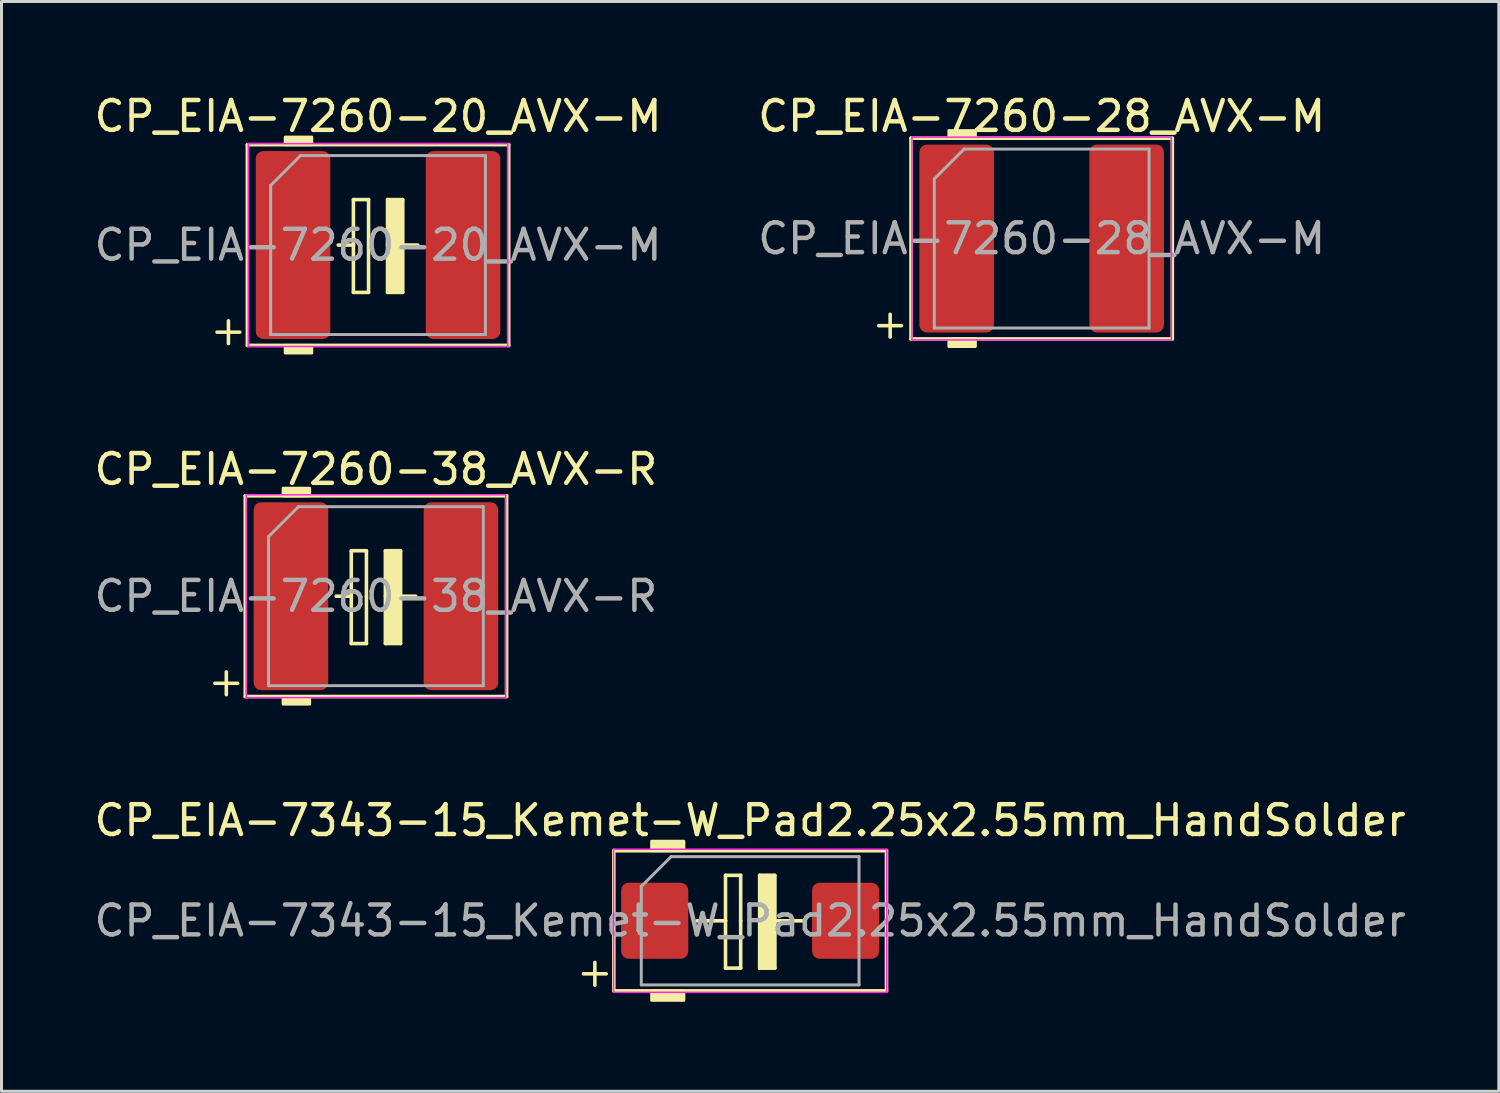
<source format=kicad_pcb>
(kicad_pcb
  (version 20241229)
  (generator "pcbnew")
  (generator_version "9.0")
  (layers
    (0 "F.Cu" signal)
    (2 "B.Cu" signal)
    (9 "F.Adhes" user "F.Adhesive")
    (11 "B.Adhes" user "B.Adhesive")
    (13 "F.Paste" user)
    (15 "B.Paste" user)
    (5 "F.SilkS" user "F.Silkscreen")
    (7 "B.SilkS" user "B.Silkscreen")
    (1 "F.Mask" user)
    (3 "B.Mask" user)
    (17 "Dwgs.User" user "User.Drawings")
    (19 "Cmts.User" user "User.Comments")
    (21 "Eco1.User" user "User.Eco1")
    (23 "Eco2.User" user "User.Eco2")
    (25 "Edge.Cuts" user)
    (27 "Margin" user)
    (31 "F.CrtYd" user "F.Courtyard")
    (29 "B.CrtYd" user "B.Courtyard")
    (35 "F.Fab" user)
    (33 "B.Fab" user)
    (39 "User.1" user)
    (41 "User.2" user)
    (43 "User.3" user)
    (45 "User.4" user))
  (footprint "CP_EIA-7260-38_AVX-R"
    (layer "F.Cu")
    (at 9.554 16.939)
    (property "Reference" "CP_EIA-7260-38_AVX-R" (at 0 -4.255 0) (layer "F.SilkS") (effects (font (size 1 1) (thickness 0.15))))
    (attr smd)
    (fp_line (start -5.397 2.921) (end -4.636 2.921) (stroke (width 0.12) (type solid)) (layer "F.SilkS"))
    (fp_line (start -5.016 2.54) (end -5.016 3.302) (stroke (width 0.12) (type solid)) (layer "F.SilkS"))
    (fp_line (start -4.381 -3.365) (end 4.381 -3.365) (stroke (width 0.12) (type solid)) (layer "F.SilkS"))
    (fp_line (start -4.381 3.365) (end -4.381 -3.365) (stroke (width 0.12) (type solid)) (layer "F.SilkS"))
    (fp_line (start -1.333 0) (end -0.826 0) (stroke (width 0.12) (type solid)) (layer "F.SilkS"))
    (fp_line (start -0.826 -1.524) (end -0.826 0) (stroke (width 0.12) (type solid)) (layer "F.SilkS"))
    (fp_line (start -0.826 1.587) (end -0.826 0) (stroke (width 0.12) (type solid)) (layer "F.SilkS"))
    (fp_line (start -0.826 1.587) (end -0.318 1.587) (stroke (width 0.12) (type solid)) (layer "F.SilkS"))
    (fp_line (start -0.318 -1.524) (end -0.826 -1.524) (stroke (width 0.12) (type solid)) (layer "F.SilkS"))
    (fp_line (start -0.318 -1.524) (end -0.318 0) (stroke (width 0.12) (type solid)) (layer "F.SilkS"))
    (fp_line (start -0.318 1.587) (end -0.318 0) (stroke (width 0.12) (type solid)) (layer "F.SilkS"))
    (fp_line (start 0.318 -1.524) (end 0.318 0) (stroke (width 0.12) (type solid)) (layer "F.SilkS"))
    (fp_line (start 0.318 1.587) (end 0.318 0) (stroke (width 0.12) (type solid)) (layer "F.SilkS"))
    (fp_line (start 0.318 1.587) (end 0.826 1.587) (stroke (width 0.12) (type solid)) (layer "F.SilkS"))
    (fp_line (start 0.826 -1.524) (end 0.318 -1.524) (stroke (width 0.12) (type solid)) (layer "F.SilkS"))
    (fp_line (start 0.826 -1.524) (end 0.826 0) (stroke (width 0.12) (type solid)) (layer "F.SilkS"))
    (fp_line (start 0.826 0) (end 1.333 0) (stroke (width 0.12) (type solid)) (layer "F.SilkS"))
    (fp_line (start 0.826 1.587) (end 0.826 0) (stroke (width 0.12) (type solid)) (layer "F.SilkS"))
    (fp_line (start 4.381 -3.365) (end 4.381 3.365) (stroke (width 0.12) (type solid)) (layer "F.SilkS"))
    (fp_line (start 4.381 3.365) (end -4.381 3.365) (stroke (width 0.12) (type solid)) (layer "F.SilkS"))
    (fp_poly (pts (xy -2.223 -3.365) (xy -3.111 -3.365) (xy -3.111 -3.619) (xy -2.223 -3.619)) (stroke (width 0.1) (type solid)) (fill yes) (layer "F.SilkS"))
    (fp_poly (pts (xy -2.223 3.619) (xy -3.111 3.619) (xy -3.111 3.365) (xy -2.223 3.365)) (stroke (width 0.1) (type solid)) (fill yes) (layer "F.SilkS"))
    (fp_poly (pts (xy 0.826 1.587) (xy 0.318 1.587) (xy 0.318 -1.524) (xy 0.826 -1.524)) (stroke (width 0.1) (type solid)) (fill yes) (layer "F.SilkS"))
    (fp_line (start -4.35 -3.4) (end 4.35 -3.4) (stroke (width 0.05) (type solid)) (layer "F.CrtYd"))
    (fp_line (start -4.35 3.4) (end -4.35 -3.4) (stroke (width 0.05) (type solid)) (layer "F.CrtYd"))
    (fp_line (start 4.35 -3.4) (end 4.35 3.4) (stroke (width 0.05) (type solid)) (layer "F.CrtYd"))
    (fp_line (start 4.35 3.4) (end -4.35 3.4) (stroke (width 0.05) (type solid)) (layer "F.CrtYd"))
    (fp_line (start -3.6 -2) (end -3.6 3) (stroke (width 0.1) (type solid)) (layer "F.Fab"))
    (fp_line (start -3.6 3) (end 3.6 3) (stroke (width 0.1) (type solid)) (layer "F.Fab"))
    (fp_line (start -2.6 -3) (end -3.6 -2) (stroke (width 0.1) (type solid)) (layer "F.Fab"))
    (fp_line (start 3.6 -3) (end -2.6 -3) (stroke (width 0.1) (type solid)) (layer "F.Fab"))
    (fp_line (start 3.6 3) (end 3.6 -3) (stroke (width 0.1) (type solid)) (layer "F.Fab"))
    (fp_text user "${REFERENCE}" (at 0 0 0) (layer "F.Fab") (effects (font (size 1 1) (thickness 0.15))))
    (pad "1" smd roundrect (at -2.85 0) (size 2.5 6.3) (layers "F.Cu" "F.Mask" "F.Paste") (roundrect_rratio 0.1))
    (pad "2" smd roundrect (at 2.85 0) (size 2.5 6.3) (layers "F.Cu" "F.Mask" "F.Paste") (roundrect_rratio 0.1)))
  (footprint "CP_EIA-7260-20_AVX-M"
    (layer "F.Cu")
    (at 9.625 5.166)
    (property "Reference" "CP_EIA-7260-20_AVX-M" (at 0 -4.318 0) (layer "F.SilkS") (effects (font (size 1 1) (thickness 0.15))))
    (attr smd)
    (fp_line (start -5.397 2.921) (end -4.636 2.921) (stroke (width 0.12) (type solid)) (layer "F.SilkS"))
    (fp_line (start -5.016 2.54) (end -5.016 3.302) (stroke (width 0.12) (type solid)) (layer "F.SilkS"))
    (fp_line (start -4.381 -3.365) (end 4.381 -3.365) (stroke (width 0.12) (type solid)) (layer "F.SilkS"))
    (fp_line (start -4.381 3.365) (end -4.381 -3.365) (stroke (width 0.12) (type solid)) (layer "F.SilkS"))
    (fp_line (start -1.333 0) (end -0.826 0) (stroke (width 0.12) (type solid)) (layer "F.SilkS"))
    (fp_line (start -0.826 -1.524) (end -0.826 0) (stroke (width 0.12) (type solid)) (layer "F.SilkS"))
    (fp_line (start -0.826 1.587) (end -0.826 0) (stroke (width 0.12) (type solid)) (layer "F.SilkS"))
    (fp_line (start -0.826 1.587) (end -0.318 1.587) (stroke (width 0.12) (type solid)) (layer "F.SilkS"))
    (fp_line (start -0.318 -1.524) (end -0.826 -1.524) (stroke (width 0.12) (type solid)) (layer "F.SilkS"))
    (fp_line (start -0.318 -1.524) (end -0.318 0) (stroke (width 0.12) (type solid)) (layer "F.SilkS"))
    (fp_line (start -0.318 1.587) (end -0.318 0) (stroke (width 0.12) (type solid)) (layer "F.SilkS"))
    (fp_line (start 0.318 -1.524) (end 0.318 0) (stroke (width 0.12) (type solid)) (layer "F.SilkS"))
    (fp_line (start 0.318 1.587) (end 0.318 0) (stroke (width 0.12) (type solid)) (layer "F.SilkS"))
    (fp_line (start 0.318 1.587) (end 0.826 1.587) (stroke (width 0.12) (type solid)) (layer "F.SilkS"))
    (fp_line (start 0.826 -1.524) (end 0.318 -1.524) (stroke (width 0.12) (type solid)) (layer "F.SilkS"))
    (fp_line (start 0.826 -1.524) (end 0.826 0) (stroke (width 0.12) (type solid)) (layer "F.SilkS"))
    (fp_line (start 0.826 0) (end 1.333 0) (stroke (width 0.12) (type solid)) (layer "F.SilkS"))
    (fp_line (start 0.826 1.587) (end 0.826 0) (stroke (width 0.12) (type solid)) (layer "F.SilkS"))
    (fp_line (start 4.381 -3.365) (end 4.381 3.365) (stroke (width 0.12) (type solid)) (layer "F.SilkS"))
    (fp_line (start 4.381 3.365) (end -4.381 3.365) (stroke (width 0.12) (type solid)) (layer "F.SilkS"))
    (fp_poly (pts (xy -2.223 -3.365) (xy -3.111 -3.365) (xy -3.111 -3.619) (xy -2.223 -3.619)) (stroke (width 0.1) (type solid)) (fill yes) (layer "F.SilkS"))
    (fp_poly (pts (xy -2.223 3.619) (xy -3.111 3.619) (xy -3.111 3.365) (xy -2.223 3.365)) (stroke (width 0.1) (type solid)) (fill yes) (layer "F.SilkS"))
    (fp_poly (pts (xy 0.826 1.587) (xy 0.318 1.587) (xy 0.318 -1.524) (xy 0.826 -1.524)) (stroke (width 0.1) (type solid)) (fill yes) (layer "F.SilkS"))
    (fp_line (start -4.35 -3.4) (end 4.35 -3.4) (stroke (width 0.05) (type solid)) (layer "F.CrtYd"))
    (fp_line (start -4.35 3.4) (end -4.35 -3.4) (stroke (width 0.05) (type solid)) (layer "F.CrtYd"))
    (fp_line (start 4.35 -3.4) (end 4.35 3.4) (stroke (width 0.05) (type solid)) (layer "F.CrtYd"))
    (fp_line (start 4.35 3.4) (end -4.35 3.4) (stroke (width 0.05) (type solid)) (layer "F.CrtYd"))
    (fp_line (start -3.6 -2) (end -3.6 3) (stroke (width 0.1) (type solid)) (layer "F.Fab"))
    (fp_line (start -3.6 3) (end 3.6 3) (stroke (width 0.1) (type solid)) (layer "F.Fab"))
    (fp_line (start -2.6 -3) (end -3.6 -2) (stroke (width 0.1) (type solid)) (layer "F.Fab"))
    (fp_line (start 3.6 -3) (end -2.6 -3) (stroke (width 0.1) (type solid)) (layer "F.Fab"))
    (fp_line (start 3.6 3) (end 3.6 -3) (stroke (width 0.1) (type solid)) (layer "F.Fab"))
    (fp_text user "${REFERENCE}" (at 0 0 0) (layer "F.Fab") (effects (font (size 1 1) (thickness 0.15))))
    (pad "1" smd roundrect (at -2.85 0) (size 2.5 6.3) (layers "F.Cu" "F.Mask" "F.Paste") (roundrect_rratio 0.1))
    (pad "2" smd roundrect (at 2.85 0) (size 2.5 6.3) (layers "F.Cu" "F.Mask" "F.Paste") (roundrect_rratio 0.1)))
  (footprint "CP_EIA-7260-28_AVX-M"
    (layer "F.Cu")
    (at 31.875 4.948)
    (property "Reference" "CP_EIA-7260-28_AVX-M" (at 0 -4.1 0) (layer "F.SilkS") (effects (font (size 1 1) (thickness 0.15))))
    (attr smd)
    (fp_line (start -5.461 2.921) (end -4.699 2.921) (stroke (width 0.12) (type solid)) (layer "F.SilkS"))
    (fp_line (start -5.08 2.54) (end -5.08 3.302) (stroke (width 0.12) (type solid)) (layer "F.SilkS"))
    (fp_line (start -4.381 -3.365) (end 4.381 -3.365) (stroke (width 0.12) (type solid)) (layer "F.SilkS"))
    (fp_line (start -4.381 3.365) (end -4.381 -3.365) (stroke (width 0.12) (type solid)) (layer "F.SilkS"))
    (fp_line (start 4.381 -3.365) (end 4.381 3.365) (stroke (width 0.12) (type solid)) (layer "F.SilkS"))
    (fp_line (start 4.381 3.365) (end -4.381 3.365) (stroke (width 0.12) (type solid)) (layer "F.SilkS"))
    (fp_poly (pts (xy -2.223 -3.365) (xy -3.111 -3.365) (xy -3.111 -3.619) (xy -2.223 -3.619)) (stroke (width 0.1) (type solid)) (fill yes) (layer "F.SilkS"))
    (fp_poly (pts (xy -2.223 3.619) (xy -3.111 3.619) (xy -3.111 3.365) (xy -2.223 3.365)) (stroke (width 0.1) (type solid)) (fill yes) (layer "F.SilkS"))
    (fp_line (start -4.35 -3.4) (end 4.35 -3.4) (stroke (width 0.05) (type solid)) (layer "F.CrtYd"))
    (fp_line (start -4.35 3.4) (end -4.35 -3.4) (stroke (width 0.05) (type solid)) (layer "F.CrtYd"))
    (fp_line (start 4.35 -3.4) (end 4.35 3.4) (stroke (width 0.05) (type solid)) (layer "F.CrtYd"))
    (fp_line (start 4.35 3.4) (end -4.35 3.4) (stroke (width 0.05) (type solid)) (layer "F.CrtYd"))
    (fp_line (start -3.6 -2) (end -3.6 3) (stroke (width 0.1) (type solid)) (layer "F.Fab"))
    (fp_line (start -3.6 3) (end 3.6 3) (stroke (width 0.1) (type solid)) (layer "F.Fab"))
    (fp_line (start -2.6 -3) (end -3.6 -2) (stroke (width 0.1) (type solid)) (layer "F.Fab"))
    (fp_line (start 3.6 -3) (end -2.6 -3) (stroke (width 0.1) (type solid)) (layer "F.Fab"))
    (fp_line (start 3.6 3) (end 3.6 -3) (stroke (width 0.1) (type solid)) (layer "F.Fab"))
    (fp_text user "${REFERENCE}" (at 0 0 0) (layer "F.Fab") (effects (font (size 1 1) (thickness 0.15))))
    (pad "1" smd roundrect (at -2.85 0) (size 2.5 6.3) (layers "F.Cu" "F.Mask" "F.Paste") (roundrect_rratio 0.1))
    (pad "2" smd roundrect (at 2.85 0) (size 2.5 6.3) (layers "F.Cu" "F.Mask" "F.Paste") (roundrect_rratio 0.1)))
  (footprint "CP_EIA-7343-15_Kemet-W_Pad2.25x2.55mm_HandSolder"
    (layer "F.Cu")
    (at 22.101 27.822)
    (property "Reference" "CP_EIA-7343-15_Kemet-W_Pad2.25x2.55mm_HandSolder" (at 0 -3.365 0) (layer "F.SilkS") (effects (font (size 1 1) (thickness 0.15))))
    (attr smd)
    (fp_line (start -5.588 1.778) (end -4.826 1.778) (stroke (width 0.12) (type solid)) (layer "F.SilkS"))
    (fp_line (start -5.207 1.397) (end -5.207 2.159) (stroke (width 0.12) (type solid)) (layer "F.SilkS"))
    (fp_line (start -4.572 -2.349) (end -4.572 2.349) (stroke (width 0.12) (type solid)) (layer "F.SilkS"))
    (fp_line (start -4.572 2.349) (end 4.572 2.349) (stroke (width 0.12) (type solid)) (layer "F.SilkS"))
    (fp_line (start -1.778 0) (end -0.826 0) (stroke (width 0.12) (type solid)) (layer "F.SilkS"))
    (fp_line (start -0.826 -1.524) (end -0.826 0) (stroke (width 0.12) (type solid)) (layer "F.SilkS"))
    (fp_line (start -0.826 1.587) (end -0.826 0) (stroke (width 0.12) (type solid)) (layer "F.SilkS"))
    (fp_line (start -0.826 1.587) (end -0.318 1.587) (stroke (width 0.12) (type solid)) (layer "F.SilkS"))
    (fp_line (start -0.318 -1.524) (end -0.826 -1.524) (stroke (width 0.12) (type solid)) (layer "F.SilkS"))
    (fp_line (start -0.318 -1.524) (end -0.318 0) (stroke (width 0.12) (type solid)) (layer "F.SilkS"))
    (fp_line (start -0.318 1.587) (end -0.318 0) (stroke (width 0.12) (type solid)) (layer "F.SilkS"))
    (fp_line (start 0.318 -1.524) (end 0.318 0) (stroke (width 0.12) (type solid)) (layer "F.SilkS"))
    (fp_line (start 0.318 1.587) (end 0.318 0) (stroke (width 0.12) (type solid)) (layer "F.SilkS"))
    (fp_line (start 0.318 1.587) (end 0.826 1.587) (stroke (width 0.12) (type solid)) (layer "F.SilkS"))
    (fp_line (start 0.826 -1.524) (end 0.318 -1.524) (stroke (width 0.12) (type solid)) (layer "F.SilkS"))
    (fp_line (start 0.826 -1.524) (end 0.826 0) (stroke (width 0.12) (type solid)) (layer "F.SilkS"))
    (fp_line (start 0.826 0) (end 1.778 0) (stroke (width 0.12) (type solid)) (layer "F.SilkS"))
    (fp_line (start 0.826 1.587) (end 0.826 0) (stroke (width 0.12) (type solid)) (layer "F.SilkS"))
    (fp_line (start 4.572 -2.349) (end -4.572 -2.349) (stroke (width 0.12) (type solid)) (layer "F.SilkS"))
    (fp_line (start 4.572 2.349) (end 4.572 -2.349) (stroke (width 0.12) (type solid)) (layer "F.SilkS"))
    (fp_poly (pts (xy -2.223 -2.349) (xy -3.302 -2.349) (xy -3.302 -2.667) (xy -2.223 -2.667)) (stroke (width 0.1) (type solid)) (fill yes) (layer "F.SilkS"))
    (fp_poly (pts (xy -2.223 2.667) (xy -3.302 2.667) (xy -3.302 2.349) (xy -2.223 2.349)) (stroke (width 0.1) (type solid)) (fill yes) (layer "F.SilkS"))
    (fp_poly (pts (xy 0.826 1.587) (xy 0.318 1.587) (xy 0.318 -1.524) (xy 0.826 -1.524)) (stroke (width 0.1) (type solid)) (fill yes) (layer "F.SilkS"))
    (fp_line (start -4.58 -2.4) (end 4.58 -2.4) (stroke (width 0.05) (type solid)) (layer "F.CrtYd"))
    (fp_line (start -4.58 2.4) (end -4.58 -2.4) (stroke (width 0.05) (type solid)) (layer "F.CrtYd"))
    (fp_line (start 4.58 -2.4) (end 4.58 2.4) (stroke (width 0.05) (type solid)) (layer "F.CrtYd"))
    (fp_line (start 4.58 2.4) (end -4.58 2.4) (stroke (width 0.05) (type solid)) (layer "F.CrtYd"))
    (fp_line (start -3.65 -1.15) (end -3.65 2.15) (stroke (width 0.1) (type solid)) (layer "F.Fab"))
    (fp_line (start -3.65 2.15) (end 3.65 2.15) (stroke (width 0.1) (type solid)) (layer "F.Fab"))
    (fp_line (start -2.65 -2.15) (end -3.65 -1.15) (stroke (width 0.1) (type solid)) (layer "F.Fab"))
    (fp_line (start 3.65 -2.15) (end -2.65 -2.15) (stroke (width 0.1) (type solid)) (layer "F.Fab"))
    (fp_line (start 3.65 2.15) (end 3.65 -2.15) (stroke (width 0.1) (type solid)) (layer "F.Fab"))
    (fp_text user "${REFERENCE}" (at 0 0 0) (layer "F.Fab") (effects (font (size 1 1) (thickness 0.15))))
    (pad "1" smd roundrect (at -3.2 0) (size 2.25 2.55) (layers "F.Cu" "F.Mask" "F.Paste") (roundrect_rratio 0.111))
    (pad "2" smd roundrect (at 3.2 0) (size 2.25 2.55) (layers "F.Cu" "F.Mask" "F.Paste") (roundrect_rratio 0.111)))
  (gr_rect
    (start -3 -3)
    (end 47.202 33.539)
    (stroke (width 0.1) (type default))
    (fill no)
    (layer "Edge.Cuts")))
</source>
